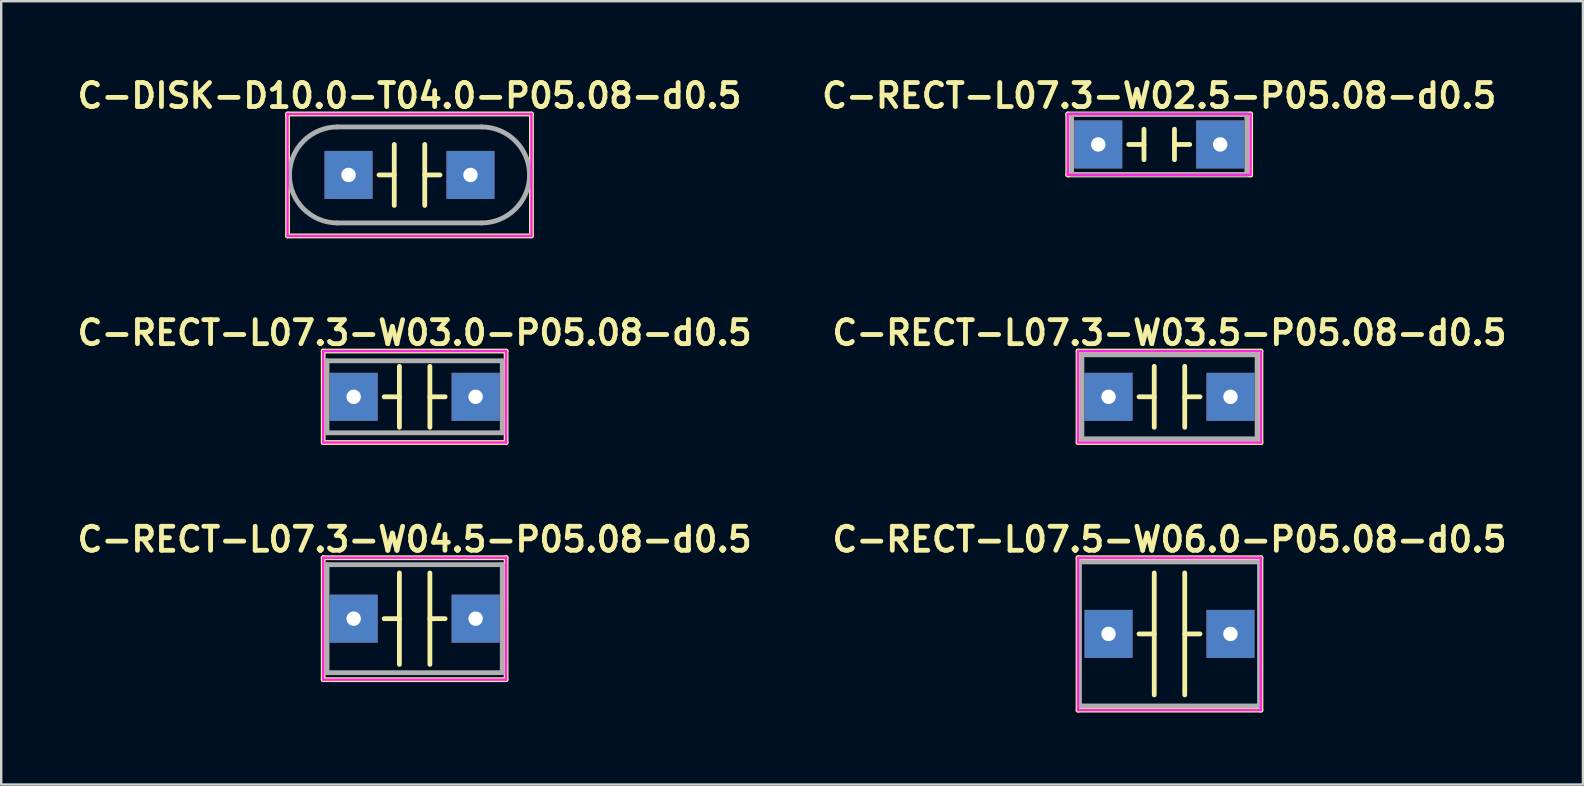
<source format=kicad_pcb>
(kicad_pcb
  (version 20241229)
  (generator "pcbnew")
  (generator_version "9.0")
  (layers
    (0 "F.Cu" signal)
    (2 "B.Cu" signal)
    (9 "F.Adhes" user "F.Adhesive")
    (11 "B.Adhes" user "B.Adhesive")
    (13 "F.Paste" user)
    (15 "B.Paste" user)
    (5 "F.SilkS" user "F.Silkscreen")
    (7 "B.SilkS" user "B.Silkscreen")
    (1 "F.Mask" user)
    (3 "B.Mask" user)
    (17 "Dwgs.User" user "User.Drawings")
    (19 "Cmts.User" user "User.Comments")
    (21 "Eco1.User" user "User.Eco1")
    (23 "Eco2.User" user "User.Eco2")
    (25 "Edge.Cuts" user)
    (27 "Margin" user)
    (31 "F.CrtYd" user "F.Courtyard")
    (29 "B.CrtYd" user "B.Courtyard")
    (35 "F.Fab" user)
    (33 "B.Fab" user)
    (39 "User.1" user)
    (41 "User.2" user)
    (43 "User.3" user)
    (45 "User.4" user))
  (footprint "C-RECT-L07.3-W03.0-P05.08-d0.5"
    (layer "F.Cu")
    (at 14.224 13.481)
    (property "Reference" "C-RECT-L07.3-W03.0-P05.08-d0.5" (at 0 -2.667 0) (layer "F.SilkS") (effects (font (size 1 1) (thickness 0.2))))
    (attr through_hole)
    (fp_line (start -3.81 -1.905) (end -3.81 1.905) (stroke (width 0.2) (type solid)) (layer "F.SilkS"))
    (fp_line (start -3.81 -1.905) (end 3.81 -1.905) (stroke (width 0.2) (type solid)) (layer "F.SilkS"))
    (fp_line (start -3.81 1.905) (end 3.81 1.905) (stroke (width 0.2) (type solid)) (layer "F.SilkS"))
    (fp_line (start -1.27 0) (end -0.635 0) (stroke (width 0.2) (type solid)) (layer "F.SilkS"))
    (fp_line (start -0.635 -1.27) (end -0.635 1.27) (stroke (width 0.2) (type solid)) (layer "F.SilkS"))
    (fp_line (start 0.635 -1.27) (end 0.635 1.27) (stroke (width 0.2) (type solid)) (layer "F.SilkS"))
    (fp_line (start 0.635 0) (end 1.27 0) (stroke (width 0.2) (type solid)) (layer "F.SilkS"))
    (fp_line (start 3.81 -1.905) (end 3.81 1.905) (stroke (width 0.2) (type solid)) (layer "F.SilkS"))
    (fp_line (start -3.81 -1.905) (end -3.81 1.905) (stroke (width 0.1) (type solid)) (layer "F.CrtYd"))
    (fp_line (start -3.81 -1.905) (end 3.81 -1.905) (stroke (width 0.1) (type solid)) (layer "F.CrtYd"))
    (fp_line (start -3.81 1.905) (end 3.81 1.905) (stroke (width 0.1) (type solid)) (layer "F.CrtYd"))
    (fp_line (start 3.81 -1.905) (end 3.81 1.905) (stroke (width 0.1) (type solid)) (layer "F.CrtYd"))
    (fp_line (start -3.65 -1.5) (end -3.65 1.5) (stroke (width 0.2) (type solid)) (layer "F.Fab"))
    (fp_line (start -3.65 -1.5) (end 3.65 -1.5) (stroke (width 0.2) (type solid)) (layer "F.Fab"))
    (fp_line (start -3.65 1.5) (end 3.65 1.5) (stroke (width 0.2) (type solid)) (layer "F.Fab"))
    (fp_line (start 3.65 -1.5) (end 3.65 1.5) (stroke (width 0.2) (type solid)) (layer "F.Fab"))
    (pad "1" thru_hole rect (at -2.54 0) (size 2 2) (drill 0.6) (layers "B.Cu" "B.Mask"))
    (pad "2" thru_hole rect (at 2.54 0) (size 2 2) (drill 0.6) (layers "B.Cu" "B.Mask")))
  (footprint "C-RECT-L07.5-W06.0-P05.08-d0.5"
    (layer "F.Cu")
    (at 45.671 23.359)
    (property "Reference" "C-RECT-L07.5-W06.0-P05.08-d0.5" (at 0 -3.937 0) (layer "F.SilkS") (effects (font (size 1 1) (thickness 0.2))))
    (attr through_hole)
    (fp_line (start -3.81 -3.175) (end -3.81 3.175) (stroke (width 0.2) (type solid)) (layer "F.SilkS"))
    (fp_line (start -3.81 -3.175) (end 3.81 -3.175) (stroke (width 0.2) (type solid)) (layer "F.SilkS"))
    (fp_line (start -3.81 3.175) (end 3.81 3.175) (stroke (width 0.2) (type solid)) (layer "F.SilkS"))
    (fp_line (start -1.27 0) (end -0.635 0) (stroke (width 0.2) (type solid)) (layer "F.SilkS"))
    (fp_line (start -0.635 -2.54) (end -0.635 2.54) (stroke (width 0.2) (type solid)) (layer "F.SilkS"))
    (fp_line (start 0.635 -2.54) (end 0.635 2.54) (stroke (width 0.2) (type solid)) (layer "F.SilkS"))
    (fp_line (start 0.635 0) (end 1.27 0) (stroke (width 0.2) (type solid)) (layer "F.SilkS"))
    (fp_line (start 3.81 -3.175) (end 3.81 3.175) (stroke (width 0.2) (type solid)) (layer "F.SilkS"))
    (fp_line (start -3.81 -3.175) (end -3.81 3.175) (stroke (width 0.1) (type solid)) (layer "F.CrtYd"))
    (fp_line (start -3.81 -3.175) (end 3.81 -3.175) (stroke (width 0.1) (type solid)) (layer "F.CrtYd"))
    (fp_line (start -3.81 3.175) (end 3.81 3.175) (stroke (width 0.1) (type solid)) (layer "F.CrtYd"))
    (fp_line (start 3.81 -3.175) (end 3.81 3.175) (stroke (width 0.1) (type solid)) (layer "F.CrtYd"))
    (fp_line (start -3.75 -3) (end -3.75 3) (stroke (width 0.2) (type solid)) (layer "F.Fab"))
    (fp_line (start -3.75 -3) (end 3.75 -3) (stroke (width 0.2) (type solid)) (layer "F.Fab"))
    (fp_line (start -3.75 3) (end 3.75 3) (stroke (width 0.2) (type solid)) (layer "F.Fab"))
    (fp_line (start 3.75 -3) (end 3.75 3) (stroke (width 0.2) (type solid)) (layer "F.Fab"))
    (pad "1" thru_hole rect (at -2.54 0) (size 2 2) (drill 0.6) (layers "B.Cu" "B.Mask"))
    (pad "2" thru_hole rect (at 2.54 0) (size 2 2) (drill 0.6) (layers "B.Cu" "B.Mask")))
  (footprint "C-RECT-L07.3-W02.5-P05.08-d0.5"
    (layer "F.Cu")
    (at 45.243 2.968)
    (property "Reference" "C-RECT-L07.3-W02.5-P05.08-d0.5" (at 0 -2.032 0) (layer "F.SilkS") (effects (font (size 1 1) (thickness 0.2))))
    (attr through_hole)
    (fp_line (start -3.81 -1.27) (end -3.81 1.27) (stroke (width 0.2) (type solid)) (layer "F.SilkS"))
    (fp_line (start -3.81 -1.27) (end 3.81 -1.27) (stroke (width 0.2) (type solid)) (layer "F.SilkS"))
    (fp_line (start -3.81 1.27) (end 3.81 1.27) (stroke (width 0.2) (type solid)) (layer "F.SilkS"))
    (fp_line (start -1.27 0) (end -0.635 0) (stroke (width 0.2) (type solid)) (layer "F.SilkS"))
    (fp_line (start -0.635 -0.635) (end -0.635 0.635) (stroke (width 0.2) (type solid)) (layer "F.SilkS"))
    (fp_line (start 0.635 -0.635) (end 0.635 0.635) (stroke (width 0.2) (type solid)) (layer "F.SilkS"))
    (fp_line (start 0.635 0) (end 1.27 0) (stroke (width 0.2) (type solid)) (layer "F.SilkS"))
    (fp_line (start 3.81 -1.27) (end 3.81 1.27) (stroke (width 0.2) (type solid)) (layer "F.SilkS"))
    (fp_line (start -3.81 -1.27) (end -3.81 1.27) (stroke (width 0.1) (type solid)) (layer "F.CrtYd"))
    (fp_line (start -3.81 -1.27) (end 3.81 -1.27) (stroke (width 0.1) (type solid)) (layer "F.CrtYd"))
    (fp_line (start -3.81 1.27) (end 3.81 1.27) (stroke (width 0.1) (type solid)) (layer "F.CrtYd"))
    (fp_line (start 3.81 -1.27) (end 3.81 1.27) (stroke (width 0.1) (type solid)) (layer "F.CrtYd"))
    (fp_line (start -3.65 -1.25) (end -3.65 1.25) (stroke (width 0.2) (type solid)) (layer "F.Fab"))
    (fp_line (start -3.65 -1.25) (end 3.65 -1.25) (stroke (width 0.2) (type solid)) (layer "F.Fab"))
    (fp_line (start -3.65 1.25) (end 3.65 1.25) (stroke (width 0.2) (type solid)) (layer "F.Fab"))
    (fp_line (start 3.65 -1.25) (end 3.65 1.25) (stroke (width 0.2) (type solid)) (layer "F.Fab"))
    (pad "1" thru_hole rect (at -2.54 0) (size 2 2) (drill 0.6) (layers "B.Cu" "B.Mask"))
    (pad "2" thru_hole rect (at 2.54 0) (size 2 2) (drill 0.6) (layers "B.Cu" "B.Mask")))
  (footprint "C-RECT-L07.3-W04.5-P05.08-d0.5"
    (layer "F.Cu")
    (at 14.224 22.724)
    (property "Reference" "C-RECT-L07.3-W04.5-P05.08-d0.5" (at 0 -3.302 0) (layer "F.SilkS") (effects (font (size 1 1) (thickness 0.2))))
    (attr through_hole)
    (fp_line (start -3.81 -2.54) (end -3.81 2.54) (stroke (width 0.2) (type solid)) (layer "F.SilkS"))
    (fp_line (start -3.81 -2.54) (end 3.81 -2.54) (stroke (width 0.2) (type solid)) (layer "F.SilkS"))
    (fp_line (start -3.81 2.54) (end 3.81 2.54) (stroke (width 0.2) (type solid)) (layer "F.SilkS"))
    (fp_line (start -1.27 0) (end -0.635 0) (stroke (width 0.2) (type solid)) (layer "F.SilkS"))
    (fp_line (start -0.635 -1.905) (end -0.635 1.905) (stroke (width 0.2) (type solid)) (layer "F.SilkS"))
    (fp_line (start 0.635 -1.905) (end 0.635 1.905) (stroke (width 0.2) (type solid)) (layer "F.SilkS"))
    (fp_line (start 0.635 0) (end 1.27 0) (stroke (width 0.2) (type solid)) (layer "F.SilkS"))
    (fp_line (start 3.81 -2.54) (end 3.81 2.54) (stroke (width 0.2) (type solid)) (layer "F.SilkS"))
    (fp_line (start -3.81 -2.54) (end -3.81 2.54) (stroke (width 0.1) (type solid)) (layer "F.CrtYd"))
    (fp_line (start -3.81 -2.54) (end 3.81 -2.54) (stroke (width 0.1) (type solid)) (layer "F.CrtYd"))
    (fp_line (start -3.81 2.54) (end 3.81 2.54) (stroke (width 0.1) (type solid)) (layer "F.CrtYd"))
    (fp_line (start 3.81 -2.54) (end 3.81 2.54) (stroke (width 0.1) (type solid)) (layer "F.CrtYd"))
    (fp_line (start -3.65 -2.25) (end -3.65 2.25) (stroke (width 0.2) (type solid)) (layer "F.Fab"))
    (fp_line (start -3.65 -2.25) (end 3.65 -2.25) (stroke (width 0.2) (type solid)) (layer "F.Fab"))
    (fp_line (start -3.65 2.25) (end 3.65 2.25) (stroke (width 0.2) (type solid)) (layer "F.Fab"))
    (fp_line (start 3.65 -2.25) (end 3.65 2.25) (stroke (width 0.2) (type solid)) (layer "F.Fab"))
    (pad "1" thru_hole rect (at -2.54 0) (size 2 2) (drill 0.6) (layers "B.Cu" "B.Mask"))
    (pad "2" thru_hole rect (at 2.54 0) (size 2 2) (drill 0.6) (layers "B.Cu" "B.Mask")))
  (footprint "C-DISK-D10.0-T04.0-P05.08-d0.5"
    (layer "F.Cu")
    (at 14.01 4.238)
    (property "Reference" "C-DISK-D10.0-T04.0-P05.08-d0.5" (at 0 -3.302 0) (layer "F.SilkS") (effects (font (size 1 1) (thickness 0.2))))
    (attr through_hole)
    (fp_line (start -5.08 -2.54) (end -5.08 2.54) (stroke (width 0.2) (type solid)) (layer "F.SilkS"))
    (fp_line (start -5.08 -2.54) (end 5.08 -2.54) (stroke (width 0.2) (type solid)) (layer "F.SilkS"))
    (fp_line (start -5.08 2.54) (end 5.08 2.54) (stroke (width 0.2) (type solid)) (layer "F.SilkS"))
    (fp_line (start -1.27 0) (end -0.635 0) (stroke (width 0.2) (type solid)) (layer "F.SilkS"))
    (fp_line (start -0.635 -1.27) (end -0.635 1.27) (stroke (width 0.2) (type solid)) (layer "F.SilkS"))
    (fp_line (start 0.635 -1.27) (end 0.635 1.27) (stroke (width 0.2) (type solid)) (layer "F.SilkS"))
    (fp_line (start 0.635 0) (end 1.27 0) (stroke (width 0.2) (type solid)) (layer "F.SilkS"))
    (fp_line (start 5.08 -2.54) (end 5.08 2.54) (stroke (width 0.2) (type solid)) (layer "F.SilkS"))
    (fp_line (start -5.08 -2.54) (end -5.08 2.54) (stroke (width 0.1) (type solid)) (layer "F.CrtYd"))
    (fp_line (start -5.08 -2.54) (end 5.08 -2.54) (stroke (width 0.1) (type solid)) (layer "F.CrtYd"))
    (fp_line (start -5.08 2.54) (end 5.08 2.54) (stroke (width 0.1) (type solid)) (layer "F.CrtYd"))
    (fp_line (start 5.08 -2.54) (end 5.08 2.54) (stroke (width 0.1) (type solid)) (layer "F.CrtYd"))
    (fp_line (start -3 -2) (end 3 -2) (stroke (width 0.2) (type solid)) (layer "F.Fab"))
    (fp_line (start -3 2) (end 3 2) (stroke (width 0.2) (type solid)) (layer "F.Fab"))
    (fp_arc (start -3 2) (mid -5 0) (end -3 -2) (stroke (width 0.2) (type solid)) (layer "F.Fab"))
    (fp_arc (start 3 -2) (mid 5 0) (end 3 2) (stroke (width 0.2) (type solid)) (layer "F.Fab"))
    (pad "1" thru_hole rect (at -2.54 0) (size 2 2) (drill 0.6) (layers "*.Cu" "*.Mask"))
    (pad "2" thru_hole rect (at 2.54 0) (size 2 2) (drill 0.6) (layers "*.Cu" "*.Mask")))
  (footprint "C-RECT-L07.3-W03.5-P05.08-d0.5"
    (layer "F.Cu")
    (at 45.671 13.481)
    (property "Reference" "C-RECT-L07.3-W03.5-P05.08-d0.5" (at 0 -2.667 0) (layer "F.SilkS") (effects (font (size 1 1) (thickness 0.2))))
    (attr through_hole)
    (fp_line (start -3.81 -1.905) (end -3.81 1.905) (stroke (width 0.2) (type solid)) (layer "F.SilkS"))
    (fp_line (start -3.81 -1.905) (end 3.81 -1.905) (stroke (width 0.2) (type solid)) (layer "F.SilkS"))
    (fp_line (start -3.81 1.905) (end 3.81 1.905) (stroke (width 0.2) (type solid)) (layer "F.SilkS"))
    (fp_line (start -1.27 0) (end -0.635 0) (stroke (width 0.2) (type solid)) (layer "F.SilkS"))
    (fp_line (start -0.635 -1.27) (end -0.635 1.27) (stroke (width 0.2) (type solid)) (layer "F.SilkS"))
    (fp_line (start 0.635 -1.27) (end 0.635 1.27) (stroke (width 0.2) (type solid)) (layer "F.SilkS"))
    (fp_line (start 0.635 0) (end 1.27 0) (stroke (width 0.2) (type solid)) (layer "F.SilkS"))
    (fp_line (start 3.81 -1.905) (end 3.81 1.905) (stroke (width 0.2) (type solid)) (layer "F.SilkS"))
    (fp_line (start -3.81 -1.905) (end -3.81 1.905) (stroke (width 0.1) (type solid)) (layer "F.CrtYd"))
    (fp_line (start -3.81 -1.905) (end 3.81 -1.905) (stroke (width 0.1) (type solid)) (layer "F.CrtYd"))
    (fp_line (start -3.81 1.905) (end 3.81 1.905) (stroke (width 0.1) (type solid)) (layer "F.CrtYd"))
    (fp_line (start 3.81 -1.905) (end 3.81 1.905) (stroke (width 0.1) (type solid)) (layer "F.CrtYd"))
    (fp_line (start -3.65 -1.75) (end -3.65 1.75) (stroke (width 0.2) (type solid)) (layer "F.Fab"))
    (fp_line (start -3.65 -1.75) (end 3.65 -1.75) (stroke (width 0.2) (type solid)) (layer "F.Fab"))
    (fp_line (start -3.65 1.75) (end 3.65 1.75) (stroke (width 0.2) (type solid)) (layer "F.Fab"))
    (fp_line (start 3.65 -1.75) (end 3.65 1.75) (stroke (width 0.2) (type solid)) (layer "F.Fab"))
    (pad "1" thru_hole rect (at -2.54 0) (size 2 2) (drill 0.6) (layers "B.Cu" "B.Mask"))
    (pad "2" thru_hole rect (at 2.54 0) (size 2 2) (drill 0.6) (layers "B.Cu" "B.Mask")))
  (gr_rect
    (start -3 -3)
    (end 62.895 29.634)
    (stroke (width 0.1) (type default))
    (fill no)
    (layer "Edge.Cuts")))
</source>
